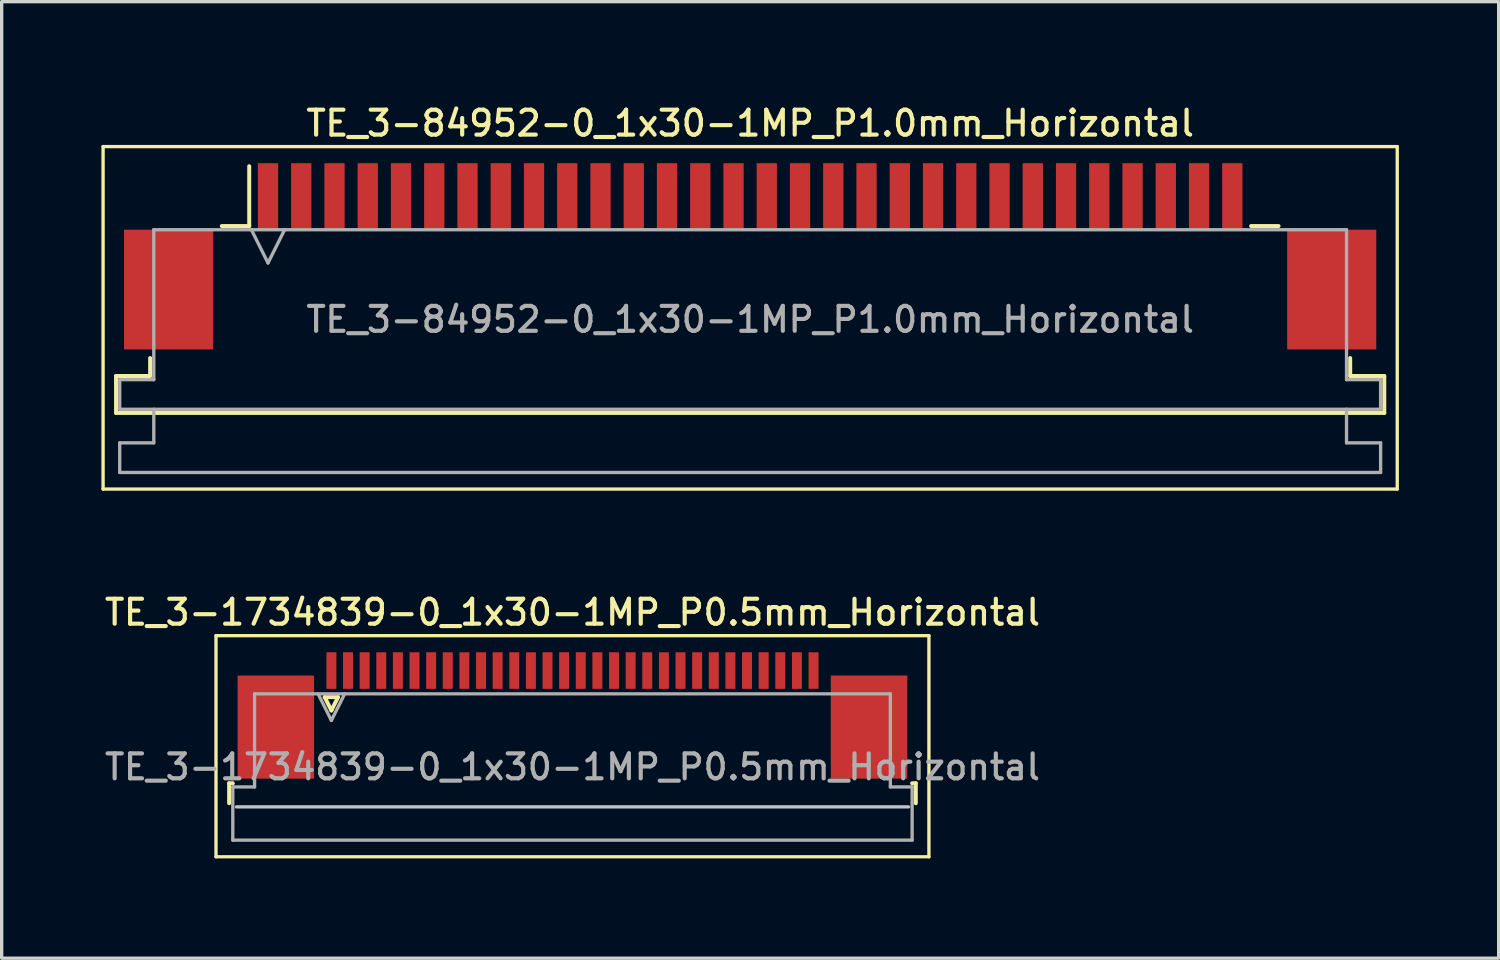
<source format=kicad_pcb>
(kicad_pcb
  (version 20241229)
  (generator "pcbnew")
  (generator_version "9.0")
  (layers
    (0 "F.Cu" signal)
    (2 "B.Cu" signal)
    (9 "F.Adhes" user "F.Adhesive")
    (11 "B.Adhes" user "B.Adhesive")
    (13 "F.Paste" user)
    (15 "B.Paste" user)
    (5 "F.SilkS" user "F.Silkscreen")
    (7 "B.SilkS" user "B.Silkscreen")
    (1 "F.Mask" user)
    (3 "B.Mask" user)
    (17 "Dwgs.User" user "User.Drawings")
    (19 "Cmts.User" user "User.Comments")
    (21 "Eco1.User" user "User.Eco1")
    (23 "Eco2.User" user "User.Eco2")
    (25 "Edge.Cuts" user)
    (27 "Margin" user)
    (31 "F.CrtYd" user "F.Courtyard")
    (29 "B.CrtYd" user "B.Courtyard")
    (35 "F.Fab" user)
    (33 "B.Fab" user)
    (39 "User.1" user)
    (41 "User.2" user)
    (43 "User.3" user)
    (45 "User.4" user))
  (footprint "TE_3-84952-0_1x30-1MP_P1.0mm_Horizontal"
    (layer "F.Cu")
    (at 19.51 4.658)
    (property "Reference" "TE_3-84952-0_1x30-1MP_P1.0mm_Horizontal" (at 0 -4 0) (layer "F.SilkS") (effects (font (size 0.75 0.75) (thickness 0.125))))
    (attr smd)
    (fp_line (start -19.46 -3.3) (end -19.46 7) (stroke (width 0.1) (type solid)) (layer "F.SilkS"))
    (fp_line (start -19.46 7) (end 19.46 7) (stroke (width 0.1) (type solid)) (layer "F.SilkS"))
    (fp_line (start -19.07 3.6) (end -18.045 3.6) (stroke (width 0.12) (type solid)) (layer "F.SilkS"))
    (fp_line (start -19.07 4.71) (end -19.07 3.6) (stroke (width 0.12) (type solid)) (layer "F.SilkS"))
    (fp_line (start -18.045 3.6) (end -18.045 3.06) (stroke (width 0.12) (type solid)) (layer "F.SilkS"))
    (fp_line (start -15.89 -0.91) (end -15.065 -0.91) (stroke (width 0.12) (type solid)) (layer "F.SilkS"))
    (fp_line (start -15.065 -0.91) (end -15.065 -2.71) (stroke (width 0.12) (type solid)) (layer "F.SilkS"))
    (fp_line (start 15.065 -0.91) (end 15.89 -0.91) (stroke (width 0.12) (type solid)) (layer "F.SilkS"))
    (fp_line (start 18.045 3.06) (end 18.045 3.6) (stroke (width 0.12) (type solid)) (layer "F.SilkS"))
    (fp_line (start 18.045 3.6) (end 19.07 3.6) (stroke (width 0.12) (type solid)) (layer "F.SilkS"))
    (fp_line (start 19.07 3.6) (end 19.07 4.71) (stroke (width 0.12) (type solid)) (layer "F.SilkS"))
    (fp_line (start 19.07 4.71) (end -19.07 4.71) (stroke (width 0.12) (type solid)) (layer "F.SilkS"))
    (fp_line (start 19.46 -3.3) (end -19.46 -3.3) (stroke (width 0.1) (type solid)) (layer "F.SilkS"))
    (fp_line (start 19.46 7) (end 19.46 -3.3) (stroke (width 0.1) (type solid)) (layer "F.SilkS"))
    (fp_line (start -18.96 3.71) (end -17.935 3.71) (stroke (width 0.1) (type solid)) (layer "F.Fab"))
    (fp_line (start -18.96 4.6) (end -18.96 3.71) (stroke (width 0.1) (type solid)) (layer "F.Fab"))
    (fp_line (start -18.96 5.61) (end -17.935 5.61) (stroke (width 0.1) (type solid)) (layer "F.Fab"))
    (fp_line (start -18.96 6.5) (end -18.96 5.61) (stroke (width 0.1) (type solid)) (layer "F.Fab"))
    (fp_line (start -17.935 -0.8) (end 17.935 -0.8) (stroke (width 0.1) (type solid)) (layer "F.Fab"))
    (fp_line (start -17.935 3.71) (end -17.935 -0.8) (stroke (width 0.1) (type solid)) (layer "F.Fab"))
    (fp_line (start -17.935 5.61) (end -17.935 4.6) (stroke (width 0.1) (type solid)) (layer "F.Fab"))
    (fp_line (start -15 -0.8) (end -14.5 0.2) (stroke (width 0.1) (type solid)) (layer "F.Fab"))
    (fp_line (start -14.5 0.2) (end -14 -0.8) (stroke (width 0.1) (type solid)) (layer "F.Fab"))
    (fp_line (start 17.935 -0.8) (end 17.935 3.71) (stroke (width 0.1) (type solid)) (layer "F.Fab"))
    (fp_line (start 17.935 3.71) (end 18.96 3.71) (stroke (width 0.1) (type solid)) (layer "F.Fab"))
    (fp_line (start 17.935 4.6) (end 17.935 5.61) (stroke (width 0.1) (type solid)) (layer "F.Fab"))
    (fp_line (start 17.935 5.61) (end 18.96 5.61) (stroke (width 0.1) (type solid)) (layer "F.Fab"))
    (fp_line (start 18.96 3.71) (end 18.96 4.6) (stroke (width 0.1) (type solid)) (layer "F.Fab"))
    (fp_line (start 18.96 4.6) (end -18.96 4.6) (stroke (width 0.1) (type solid)) (layer "F.Fab"))
    (fp_line (start 18.96 5.61) (end 18.96 6.5) (stroke (width 0.1) (type solid)) (layer "F.Fab"))
    (fp_line (start 18.96 6.5) (end -18.96 6.5) (stroke (width 0.1) (type solid)) (layer "F.Fab"))
    (fp_text user "${REFERENCE}" (at 0 1.9 0) (layer "F.Fab") (effects (font (size 0.75 0.75) (thickness 0.125))))
    (pad "1" smd rect (at -14.5 -1.8) (size 0.61 2) (layers "F.Cu" "F.Mask" "F.Paste"))
    (pad "2" smd rect (at -13.5 -1.8) (size 0.61 2) (layers "F.Cu" "F.Mask" "F.Paste"))
    (pad "3" smd rect (at -12.5 -1.8) (size 0.61 2) (layers "F.Cu" "F.Mask" "F.Paste"))
    (pad "4" smd rect (at -11.5 -1.8) (size 0.61 2) (layers "F.Cu" "F.Mask" "F.Paste"))
    (pad "5" smd rect (at -10.5 -1.8) (size 0.61 2) (layers "F.Cu" "F.Mask" "F.Paste"))
    (pad "6" smd rect (at -9.5 -1.8) (size 0.61 2) (layers "F.Cu" "F.Mask" "F.Paste"))
    (pad "7" smd rect (at -8.5 -1.8) (size 0.61 2) (layers "F.Cu" "F.Mask" "F.Paste"))
    (pad "8" smd rect (at -7.5 -1.8) (size 0.61 2) (layers "F.Cu" "F.Mask" "F.Paste"))
    (pad "9" smd rect (at -6.5 -1.8) (size 0.61 2) (layers "F.Cu" "F.Mask" "F.Paste"))
    (pad "10" smd rect (at -5.5 -1.8) (size 0.61 2) (layers "F.Cu" "F.Mask" "F.Paste"))
    (pad "11" smd rect (at -4.5 -1.8) (size 0.61 2) (layers "F.Cu" "F.Mask" "F.Paste"))
    (pad "12" smd rect (at -3.5 -1.8) (size 0.61 2) (layers "F.Cu" "F.Mask" "F.Paste"))
    (pad "13" smd rect (at -2.5 -1.8) (size 0.61 2) (layers "F.Cu" "F.Mask" "F.Paste"))
    (pad "14" smd rect (at -1.5 -1.8) (size 0.61 2) (layers "F.Cu" "F.Mask" "F.Paste"))
    (pad "15" smd rect (at -0.5 -1.8) (size 0.61 2) (layers "F.Cu" "F.Mask" "F.Paste"))
    (pad "16" smd rect (at 0.5 -1.8) (size 0.61 2) (layers "F.Cu" "F.Mask" "F.Paste"))
    (pad "17" smd rect (at 1.5 -1.8) (size 0.61 2) (layers "F.Cu" "F.Mask" "F.Paste"))
    (pad "18" smd rect (at 2.5 -1.8) (size 0.61 2) (layers "F.Cu" "F.Mask" "F.Paste"))
    (pad "19" smd rect (at 3.5 -1.8) (size 0.61 2) (layers "F.Cu" "F.Mask" "F.Paste"))
    (pad "20" smd rect (at 4.5 -1.8) (size 0.61 2) (layers "F.Cu" "F.Mask" "F.Paste"))
    (pad "21" smd rect (at 5.5 -1.8) (size 0.61 2) (layers "F.Cu" "F.Mask" "F.Paste"))
    (pad "22" smd rect (at 6.5 -1.8) (size 0.61 2) (layers "F.Cu" "F.Mask" "F.Paste"))
    (pad "23" smd rect (at 7.5 -1.8) (size 0.61 2) (layers "F.Cu" "F.Mask" "F.Paste"))
    (pad "24" smd rect (at 8.5 -1.8) (size 0.61 2) (layers "F.Cu" "F.Mask" "F.Paste"))
    (pad "25" smd rect (at 9.5 -1.8) (size 0.61 2) (layers "F.Cu" "F.Mask" "F.Paste"))
    (pad "26" smd rect (at 10.5 -1.8) (size 0.61 2) (layers "F.Cu" "F.Mask" "F.Paste"))
    (pad "27" smd rect (at 11.5 -1.8) (size 0.61 2) (layers "F.Cu" "F.Mask" "F.Paste"))
    (pad "28" smd rect (at 12.5 -1.8) (size 0.61 2) (layers "F.Cu" "F.Mask" "F.Paste"))
    (pad "29" smd rect (at 13.5 -1.8) (size 0.61 2) (layers "F.Cu" "F.Mask" "F.Paste"))
    (pad "30" smd rect (at 14.5 -1.8) (size 0.61 2) (layers "F.Cu" "F.Mask" "F.Paste"))
    (pad "MP" smd rect (at -17.49 1) (size 2.68 3.6) (layers "F.Cu" "F.Mask" "F.Paste"))
    (pad "MP" smd rect (at 17.49 1) (size 2.68 3.6) (layers "F.Cu" "F.Mask" "F.Paste")))
  (footprint "TE_3-1734839-0_1x30-1MP_P0.5mm_Horizontal"
    (layer "F.Cu")
    (at 14.166 18.466)
    (property "Reference" "TE_3-1734839-0_1x30-1MP_P0.5mm_Horizontal" (at 0 -3.1 0) (layer "F.SilkS") (effects (font (size 0.75 0.75) (thickness 0.125))))
    (attr smd)
    (fp_line (start -10.72 -2.4) (end -10.72 4.25) (stroke (width 0.1) (type solid)) (layer "F.SilkS"))
    (fp_line (start -10.72 4.25) (end 10.72 4.25) (stroke (width 0.1) (type solid)) (layer "F.SilkS"))
    (fp_line (start -10.325 2.04) (end -10.325 2.64) (stroke (width 0.12) (type solid)) (layer "F.SilkS"))
    (fp_line (start -10.215 2.04) (end -10.325 2.04) (stroke (width 0.12) (type solid)) (layer "F.SilkS"))
    (fp_line (start -7.45 -0.55) (end -7.25 -0.15) (stroke (width 0.12) (type solid)) (layer "F.SilkS"))
    (fp_line (start -7.25 -0.15) (end -7.05 -0.55) (stroke (width 0.12) (type solid)) (layer "F.SilkS"))
    (fp_line (start -7.05 -0.55) (end -7.45 -0.55) (stroke (width 0.12) (type solid)) (layer "F.SilkS"))
    (fp_line (start 10.215 2.04) (end 10.325 2.04) (stroke (width 0.12) (type solid)) (layer "F.SilkS"))
    (fp_line (start 10.325 2.04) (end 10.325 2.64) (stroke (width 0.12) (type solid)) (layer "F.SilkS"))
    (fp_line (start 10.72 -2.4) (end -10.72 -2.4) (stroke (width 0.1) (type solid)) (layer "F.SilkS"))
    (fp_line (start 10.72 4.25) (end 10.72 -2.4) (stroke (width 0.1) (type solid)) (layer "F.SilkS"))
    (fp_line (start 10.105 2.75) (end -10.105 2.75) (stroke (width 0.1) (type solid)) (layer "Dwgs.User"))
    (fp_line (start -10.215 2.15) (end -9.56 2.15) (stroke (width 0.1) (type solid)) (layer "F.Fab"))
    (fp_line (start -10.215 3.75) (end -10.215 2.15) (stroke (width 0.1) (type solid)) (layer "F.Fab"))
    (fp_line (start -9.56 -0.65) (end 9.56 -0.65) (stroke (width 0.1) (type solid)) (layer "F.Fab"))
    (fp_line (start -9.56 2.15) (end -9.56 -0.65) (stroke (width 0.1) (type solid)) (layer "F.Fab"))
    (fp_line (start -7.65 -0.65) (end -7.25 0.15) (stroke (width 0.1) (type solid)) (layer "F.Fab"))
    (fp_line (start -7.25 0.15) (end -6.85 -0.65) (stroke (width 0.1) (type solid)) (layer "F.Fab"))
    (fp_line (start 9.56 -0.65) (end 9.56 2.15) (stroke (width 0.1) (type solid)) (layer "F.Fab"))
    (fp_line (start 9.56 2.15) (end 10.215 2.15) (stroke (width 0.1) (type solid)) (layer "F.Fab"))
    (fp_line (start 10.215 2.15) (end 10.215 3.75) (stroke (width 0.1) (type solid)) (layer "F.Fab"))
    (fp_line (start 10.215 3.75) (end -10.215 3.75) (stroke (width 0.1) (type solid)) (layer "F.Fab"))
    (fp_text user "${REFERENCE}" (at 0 1.55 0) (layer "F.Fab") (effects (font (size 0.75 0.75) (thickness 0.125))))
    (pad "1" smd rect (at -7.25 -1.35) (size 0.3 1.1) (layers "F.Cu" "F.Mask" "F.Paste"))
    (pad "2" smd rect (at -6.75 -1.35) (size 0.3 1.1) (layers "F.Cu" "F.Mask" "F.Paste"))
    (pad "3" smd rect (at -6.25 -1.35) (size 0.3 1.1) (layers "F.Cu" "F.Mask" "F.Paste"))
    (pad "4" smd rect (at -5.75 -1.35) (size 0.3 1.1) (layers "F.Cu" "F.Mask" "F.Paste"))
    (pad "5" smd rect (at -5.25 -1.35) (size 0.3 1.1) (layers "F.Cu" "F.Mask" "F.Paste"))
    (pad "6" smd rect (at -4.75 -1.35) (size 0.3 1.1) (layers "F.Cu" "F.Mask" "F.Paste"))
    (pad "7" smd rect (at -4.25 -1.35) (size 0.3 1.1) (layers "F.Cu" "F.Mask" "F.Paste"))
    (pad "8" smd rect (at -3.75 -1.35) (size 0.3 1.1) (layers "F.Cu" "F.Mask" "F.Paste"))
    (pad "9" smd rect (at -3.25 -1.35) (size 0.3 1.1) (layers "F.Cu" "F.Mask" "F.Paste"))
    (pad "10" smd rect (at -2.75 -1.35) (size 0.3 1.1) (layers "F.Cu" "F.Mask" "F.Paste"))
    (pad "11" smd rect (at -2.25 -1.35) (size 0.3 1.1) (layers "F.Cu" "F.Mask" "F.Paste"))
    (pad "12" smd rect (at -1.75 -1.35) (size 0.3 1.1) (layers "F.Cu" "F.Mask" "F.Paste"))
    (pad "13" smd rect (at -1.25 -1.35) (size 0.3 1.1) (layers "F.Cu" "F.Mask" "F.Paste"))
    (pad "14" smd rect (at -0.75 -1.35) (size 0.3 1.1) (layers "F.Cu" "F.Mask" "F.Paste"))
    (pad "15" smd rect (at -0.25 -1.35) (size 0.3 1.1) (layers "F.Cu" "F.Mask" "F.Paste"))
    (pad "16" smd rect (at 0.25 -1.35) (size 0.3 1.1) (layers "F.Cu" "F.Mask" "F.Paste"))
    (pad "17" smd rect (at 0.75 -1.35) (size 0.3 1.1) (layers "F.Cu" "F.Mask" "F.Paste"))
    (pad "18" smd rect (at 1.25 -1.35) (size 0.3 1.1) (layers "F.Cu" "F.Mask" "F.Paste"))
    (pad "19" smd rect (at 1.75 -1.35) (size 0.3 1.1) (layers "F.Cu" "F.Mask" "F.Paste"))
    (pad "20" smd rect (at 2.25 -1.35) (size 0.3 1.1) (layers "F.Cu" "F.Mask" "F.Paste"))
    (pad "21" smd rect (at 2.75 -1.35) (size 0.3 1.1) (layers "F.Cu" "F.Mask" "F.Paste"))
    (pad "22" smd rect (at 3.25 -1.35) (size 0.3 1.1) (layers "F.Cu" "F.Mask" "F.Paste"))
    (pad "23" smd rect (at 3.75 -1.35) (size 0.3 1.1) (layers "F.Cu" "F.Mask" "F.Paste"))
    (pad "24" smd rect (at 4.25 -1.35) (size 0.3 1.1) (layers "F.Cu" "F.Mask" "F.Paste"))
    (pad "25" smd rect (at 4.75 -1.35) (size 0.3 1.1) (layers "F.Cu" "F.Mask" "F.Paste"))
    (pad "26" smd rect (at 5.25 -1.35) (size 0.3 1.1) (layers "F.Cu" "F.Mask" "F.Paste"))
    (pad "27" smd rect (at 5.75 -1.35) (size 0.3 1.1) (layers "F.Cu" "F.Mask" "F.Paste"))
    (pad "28" smd rect (at 6.25 -1.35) (size 0.3 1.1) (layers "F.Cu" "F.Mask" "F.Paste"))
    (pad "29" smd rect (at 6.75 -1.35) (size 0.3 1.1) (layers "F.Cu" "F.Mask" "F.Paste"))
    (pad "30" smd rect (at 7.25 -1.35) (size 0.3 1.1) (layers "F.Cu" "F.Mask" "F.Paste"))
    (pad "MP" smd rect (at -8.92 0.35) (size 2.3 3.1) (layers "F.Cu" "F.Mask" "F.Paste"))
    (pad "MP" smd rect (at 8.92 0.35) (size 2.3 3.1) (layers "F.Cu" "F.Mask" "F.Paste")))
  (gr_rect
    (start -3 -3)
    (end 42.02 25.766)
    (stroke (width 0.1) (type default))
    (fill no)
    (layer "Edge.Cuts")))
</source>
